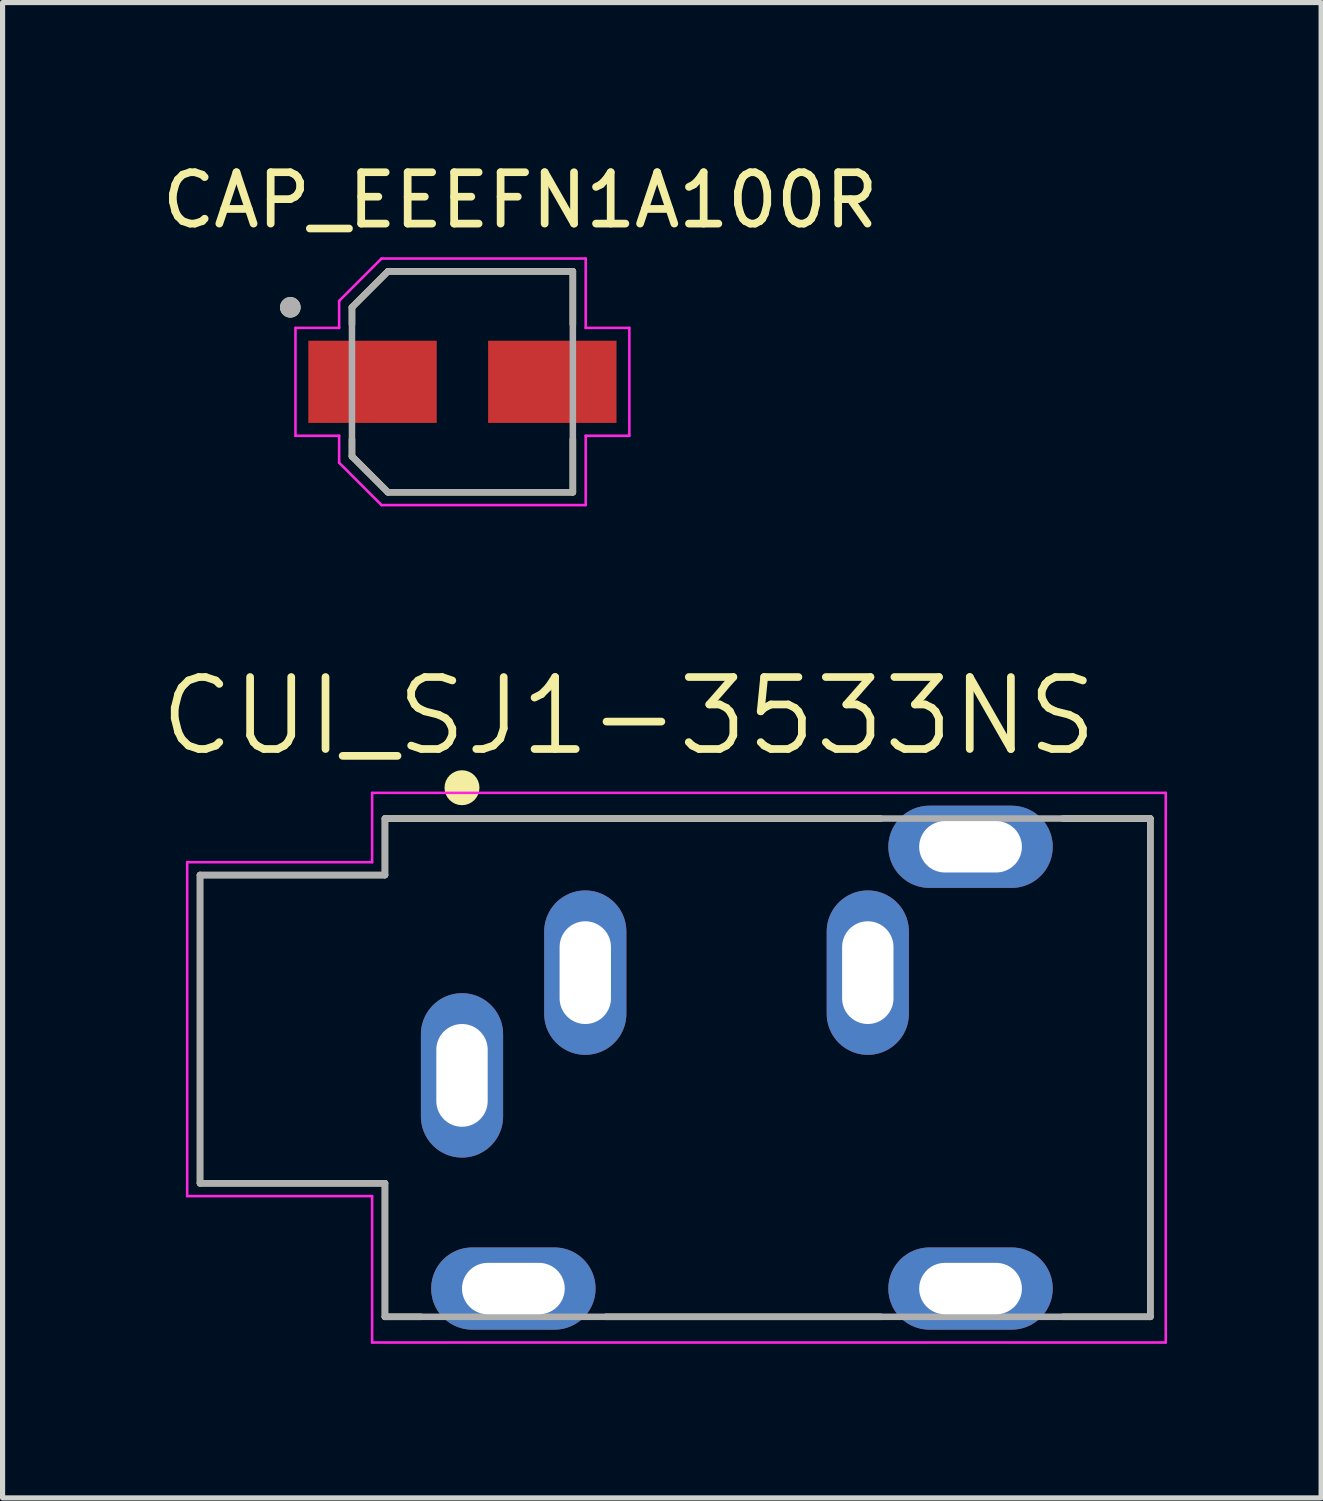
<source format=kicad_pcb>
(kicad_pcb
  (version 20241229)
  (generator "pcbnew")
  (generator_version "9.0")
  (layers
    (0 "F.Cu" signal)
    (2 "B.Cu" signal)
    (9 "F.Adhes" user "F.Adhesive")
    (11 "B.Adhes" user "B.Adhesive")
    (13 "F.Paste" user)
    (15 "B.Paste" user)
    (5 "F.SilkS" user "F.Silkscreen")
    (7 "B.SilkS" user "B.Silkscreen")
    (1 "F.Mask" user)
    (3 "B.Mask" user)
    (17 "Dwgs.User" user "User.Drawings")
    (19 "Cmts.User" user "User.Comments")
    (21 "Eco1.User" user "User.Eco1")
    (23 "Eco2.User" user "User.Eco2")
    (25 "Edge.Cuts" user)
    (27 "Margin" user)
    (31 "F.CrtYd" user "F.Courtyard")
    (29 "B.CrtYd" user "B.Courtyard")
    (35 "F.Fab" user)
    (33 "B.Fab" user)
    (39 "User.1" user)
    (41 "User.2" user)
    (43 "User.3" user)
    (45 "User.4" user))
  (footprint "CAP_EEEFN1A100R"
    (layer "F.Cu")
    (at 5.952 4.383)
    (property "Reference" "CAP_EEEFN1A100R" (at 1.125 -3.535 0) (layer "F.SilkS") (effects (font (size 1 1) (thickness 0.15))))
    (attr through_hole)
    (fp_line (start -2.15 -1.45) (end -2.15 -1.12) (stroke (width 0.127) (type solid)) (layer "F.SilkS"))
    (fp_line (start -2.15 1.12) (end -2.15 1.45) (stroke (width 0.127) (type solid)) (layer "F.SilkS"))
    (fp_line (start -2.15 1.45) (end -1.45 2.15) (stroke (width 0.127) (type solid)) (layer "F.SilkS"))
    (fp_line (start -1.45 -2.15) (end -2.15 -1.45) (stroke (width 0.127) (type solid)) (layer "F.SilkS"))
    (fp_line (start -1.45 2.15) (end 2.15 2.15) (stroke (width 0.127) (type solid)) (layer "F.SilkS"))
    (fp_line (start 2.15 -2.15) (end -1.45 -2.15) (stroke (width 0.127) (type solid)) (layer "F.SilkS"))
    (fp_line (start 2.15 -1.12) (end 2.15 -2.15) (stroke (width 0.127) (type solid)) (layer "F.SilkS"))
    (fp_line (start 2.15 2.15) (end 2.15 1.12) (stroke (width 0.127) (type solid)) (layer "F.SilkS"))
    (fp_circle (center -3.35 -1.45) (end -3.25 -1.45) (stroke (width 0.2) (type solid)) (fill no) (layer "F.SilkS"))
    (fp_line (start -3.25 -1.05) (end -2.4 -1.05) (stroke (width 0.05) (type solid)) (layer "F.CrtYd"))
    (fp_line (start -3.25 1.05) (end -3.25 -1.05) (stroke (width 0.05) (type solid)) (layer "F.CrtYd"))
    (fp_line (start -2.4 -1.575) (end -1.575 -2.4) (stroke (width 0.05) (type solid)) (layer "F.CrtYd"))
    (fp_line (start -2.4 -1.05) (end -2.4 -1.575) (stroke (width 0.05) (type solid)) (layer "F.CrtYd"))
    (fp_line (start -2.4 1.05) (end -3.25 1.05) (stroke (width 0.05) (type solid)) (layer "F.CrtYd"))
    (fp_line (start -2.4 1.575) (end -2.4 1.05) (stroke (width 0.05) (type solid)) (layer "F.CrtYd"))
    (fp_line (start -1.575 -2.4) (end 2.4 -2.4) (stroke (width 0.05) (type solid)) (layer "F.CrtYd"))
    (fp_line (start -1.575 2.4) (end -2.4 1.575) (stroke (width 0.05) (type solid)) (layer "F.CrtYd"))
    (fp_line (start 2.4 -2.4) (end 2.4 -1.05) (stroke (width 0.05) (type solid)) (layer "F.CrtYd"))
    (fp_line (start 2.4 -1.05) (end 3.25 -1.05) (stroke (width 0.05) (type solid)) (layer "F.CrtYd"))
    (fp_line (start 2.4 1.05) (end 2.4 2.4) (stroke (width 0.05) (type solid)) (layer "F.CrtYd"))
    (fp_line (start 2.4 2.4) (end -1.575 2.4) (stroke (width 0.05) (type solid)) (layer "F.CrtYd"))
    (fp_line (start 3.25 -1.05) (end 3.25 1.05) (stroke (width 0.05) (type solid)) (layer "F.CrtYd"))
    (fp_line (start 3.25 1.05) (end 2.4 1.05) (stroke (width 0.05) (type solid)) (layer "F.CrtYd"))
    (fp_line (start -2.15 -1.45) (end -2.15 1.45) (stroke (width 0.127) (type solid)) (layer "F.Fab"))
    (fp_line (start -2.15 1.45) (end -1.45 2.15) (stroke (width 0.127) (type solid)) (layer "F.Fab"))
    (fp_line (start -1.45 -2.15) (end -2.15 -1.45) (stroke (width 0.127) (type solid)) (layer "F.Fab"))
    (fp_line (start -1.45 2.15) (end 2.15 2.15) (stroke (width 0.127) (type solid)) (layer "F.Fab"))
    (fp_line (start 2.15 -2.15) (end -1.45 -2.15) (stroke (width 0.127) (type solid)) (layer "F.Fab"))
    (fp_line (start 2.15 2.15) (end 2.15 -2.15) (stroke (width 0.127) (type solid)) (layer "F.Fab"))
    (fp_circle (center -3.35 -1.45) (end -3.25 -1.45) (stroke (width 0.2) (type solid)) (fill no) (layer "F.Fab"))
    (pad "1" smd rect (at -1.75 0) (size 2.5 1.6) (layers "F.Cu" "F.Mask" "F.Paste"))
    (pad "2" smd rect (at 1.75 0) (size 2.5 1.6) (layers "F.Cu" "F.Mask" "F.Paste")))
  (footprint "CUI_SJ1-3533NS"
    (layer "F.Cu")
    (at 5.944 17.885)
    (property "Reference" "CUI_SJ1-3533NS" (at 3.247 -6.994 0) (layer "F.SilkS") (effects (font (size 1.401 1.401) (thickness 0.15))))
    (attr through_hole)
    (fp_line (start -5.1 -3.9) (end -1.5 -3.9) (stroke (width 0.127) (type solid)) (layer "F.SilkS"))
    (fp_line (start -5.1 2.1) (end -5.1 -3.9) (stroke (width 0.127) (type solid)) (layer "F.SilkS"))
    (fp_line (start -1.5 -5) (end 8.15 -5) (stroke (width 0.127) (type solid)) (layer "F.SilkS"))
    (fp_line (start -1.5 -3.9) (end -1.5 -5) (stroke (width 0.127) (type solid)) (layer "F.SilkS"))
    (fp_line (start -1.5 2.1) (end -5.1 2.1) (stroke (width 0.127) (type solid)) (layer "F.SilkS"))
    (fp_line (start -1.5 4.7) (end -1.5 2.1) (stroke (width 0.127) (type solid)) (layer "F.SilkS"))
    (fp_line (start -1.5 4.7) (end -0.8 4.7) (stroke (width 0.127) (type solid)) (layer "F.SilkS"))
    (fp_line (start 2.8 4.7) (end 8.15 4.7) (stroke (width 0.127) (type solid)) (layer "F.SilkS"))
    (fp_line (start 11.7 4.7) (end 13.4 4.7) (stroke (width 0.127) (type solid)) (layer "F.SilkS"))
    (fp_line (start 13.4 -5) (end 11.7 -5) (stroke (width 0.127) (type solid)) (layer "F.SilkS"))
    (fp_line (start 13.4 -5) (end 13.4 4.7) (stroke (width 0.127) (type solid)) (layer "F.SilkS"))
    (fp_circle (center 0 -5.6) (end 0.17 -5.6) (stroke (width 0.34) (type solid)) (fill no) (layer "F.SilkS"))
    (fp_line (start -5.35 -4.15) (end -1.75 -4.15) (stroke (width 0.05) (type solid)) (layer "F.CrtYd"))
    (fp_line (start -5.35 2.35) (end -5.35 -4.15) (stroke (width 0.05) (type solid)) (layer "F.CrtYd"))
    (fp_line (start -1.75 -5.5) (end 13.7 -5.5) (stroke (width 0.05) (type solid)) (layer "F.CrtYd"))
    (fp_line (start -1.75 -4.15) (end -1.75 -5.5) (stroke (width 0.05) (type solid)) (layer "F.CrtYd"))
    (fp_line (start -1.75 2.35) (end -5.35 2.35) (stroke (width 0.05) (type solid)) (layer "F.CrtYd"))
    (fp_line (start -1.75 5.2) (end -1.75 2.35) (stroke (width 0.05) (type solid)) (layer "F.CrtYd"))
    (fp_line (start 13.7 -5.5) (end 13.7 5.2) (stroke (width 0.05) (type solid)) (layer "F.CrtYd"))
    (fp_line (start 13.7 5.2) (end -1.75 5.2) (stroke (width 0.05) (type solid)) (layer "F.CrtYd"))
    (fp_line (start -5.1 -3.9) (end -1.5 -3.9) (stroke (width 0.127) (type solid)) (layer "F.Fab"))
    (fp_line (start -5.1 2.1) (end -5.1 -3.9) (stroke (width 0.127) (type solid)) (layer "F.Fab"))
    (fp_line (start -1.5 -5) (end 13.4 -5) (stroke (width 0.127) (type solid)) (layer "F.Fab"))
    (fp_line (start -1.5 -3.9) (end -1.5 -5) (stroke (width 0.127) (type solid)) (layer "F.Fab"))
    (fp_line (start -1.5 2.1) (end -5.1 2.1) (stroke (width 0.127) (type solid)) (layer "F.Fab"))
    (fp_line (start -1.5 4.7) (end -1.5 2.1) (stroke (width 0.127) (type solid)) (layer "F.Fab"))
    (fp_line (start 13.4 -5) (end 13.4 4.7) (stroke (width 0.127) (type solid)) (layer "F.Fab"))
    (fp_line (start 13.4 4.7) (end -1.5 4.7) (stroke (width 0.127) (type solid)) (layer "F.Fab"))
    (pad "1" thru_hole oval (at 0 0) (size 1.6 3.2) (drill oval 1 2) (layers "*.Cu" "*.Mask"))
    (pad "2" thru_hole oval (at 2.4 -2) (size 1.6 3.2) (drill oval 1 2) (layers "*.Cu" "*.Mask"))
    (pad "3" thru_hole oval (at 7.9 -2) (size 1.6 3.2) (drill oval 1 2) (layers "*.Cu" "*.Mask"))
    (pad "S1" thru_hole oval (at 1 4.15) (size 3.2 1.6) (drill oval 2 1) (layers "*.Cu" "*.Mask"))
    (pad "S2" thru_hole oval (at 9.9 4.15) (size 3.2 1.6) (drill oval 2 1) (layers "*.Cu" "*.Mask"))
    (pad "S3" thru_hole oval (at 9.9 -4.45) (size 3.2 1.6) (drill oval 2 1) (layers "*.Cu" "*.Mask")))
  (gr_rect
    (start -3 -3)
    (end 22.669 26.11)
    (stroke (width 0.1) (type default))
    (fill no)
    (layer "Edge.Cuts")))
</source>
